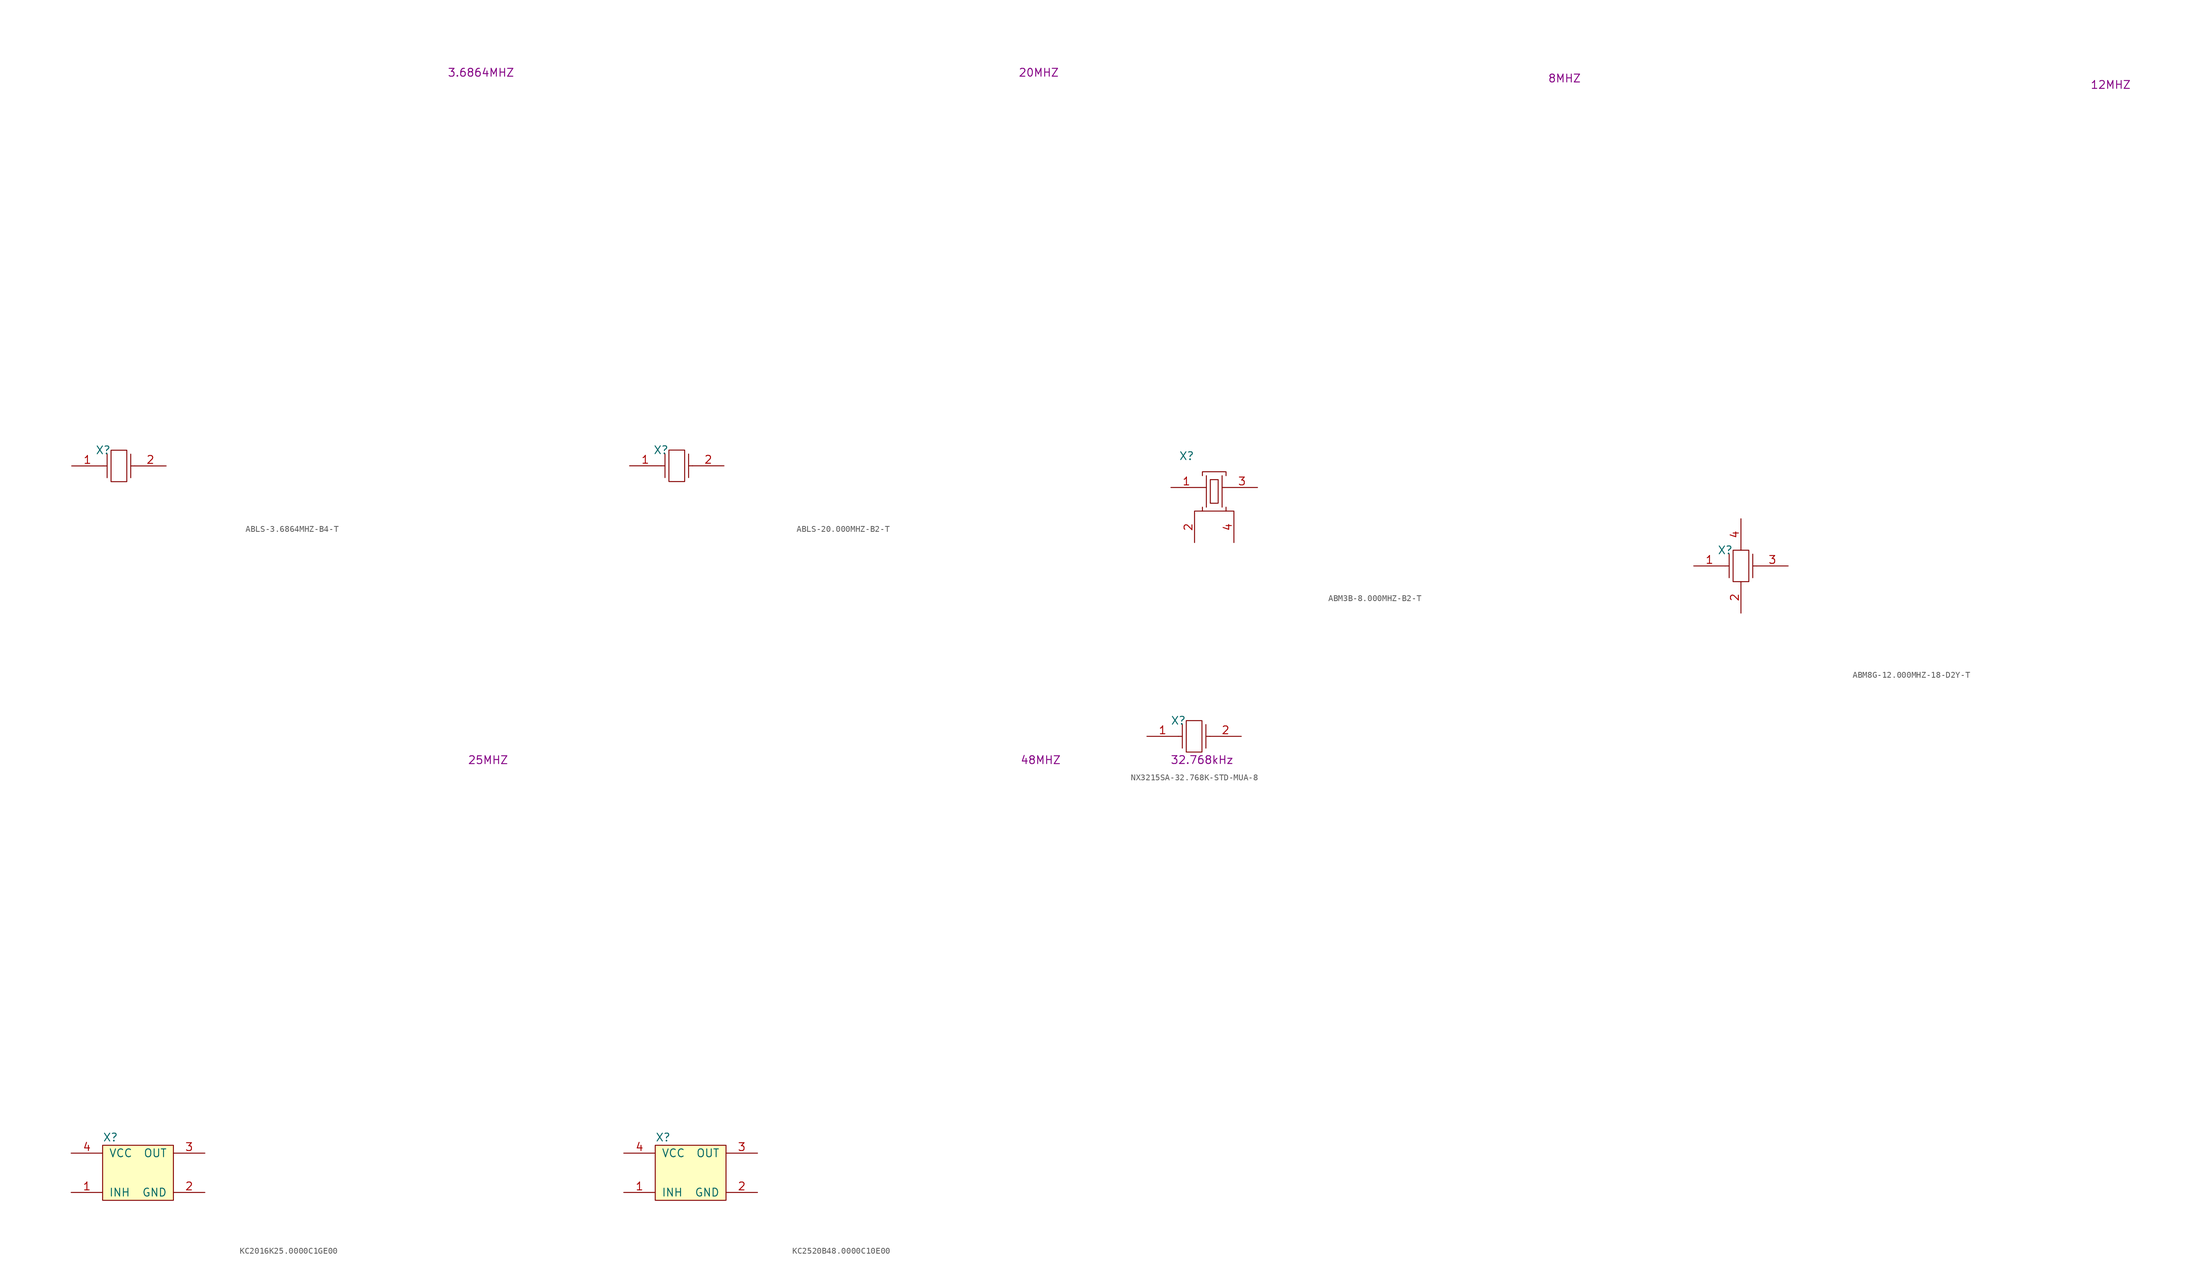
<source format=kicad_sym>
(kicad_symbol_lib
  (version 20231120)
  (generator "kicad_symbol_editor")
  (generator_version "8.0")
  (symbol "ABLS-3.6864MHZ-B4-T"
    (pin_names
      (offset 1.016))
    (property "Reference" "X"
      (at -2.54 2.54 0)
      (effects (font (size 1.27 1.27))))
    (property "_Value_" "3.6864MHZ"
      (at 58.42 63.5 0)
      (effects (font (size 1.27 1.27))))
    (symbol "ABLS-3.6864MHZ-B4-T_1_1"
      (rectangle (start -1.27 2.54) (end 1.27 -2.54) (stroke (width 0) (type default)) (fill (type none)))
      (polyline (pts (xy -1.905 0) (xy -2.54 0)) (stroke (width 0) (type default)) (fill (type none)))
      (polyline (pts (xy -1.905 1.905) (xy -1.905 -1.905)) (stroke (width 0) (type default)) (fill (type none)))
      (polyline (pts (xy 1.905 1.905) (xy 1.905 -1.905)) (stroke (width 0) (type default)) (fill (type none)))
      (polyline (pts (xy 2.54 0) (xy 1.905 0)) (stroke (width 0) (type default)) (fill (type none)))
      (pin passive line (at -7.62 0 0) (length 5.08) (name "~" (effects (font (size 1.27 1.27)))) (number "1" (effects (font (size 1.27 1.27)))))
      (pin passive line (at 7.62 0 180) (length 5.08) (name "~" (effects (font (size 1.27 1.27)))) (number "2" (effects (font (size 1.27 1.27)))))))
  (symbol "ABLS-20.000MHZ-B2-T"
    (pin_names
      (offset 1.016))
    (property "Reference" "X"
      (at -2.54 2.54 0)
      (effects (font (size 1.27 1.27))))
    (property "_Value_" "20MHZ"
      (at 58.42 63.5 0)
      (effects (font (size 1.27 1.27))))
    (symbol "ABLS-20.000MHZ-B2-T_1_1"
      (rectangle (start -1.27 2.54) (end 1.27 -2.54) (stroke (width 0) (type default)) (fill (type none)))
      (polyline (pts (xy -1.905 0) (xy -2.54 0)) (stroke (width 0) (type default)) (fill (type none)))
      (polyline (pts (xy -1.905 1.905) (xy -1.905 -1.905)) (stroke (width 0) (type default)) (fill (type none)))
      (polyline (pts (xy 1.905 1.905) (xy 1.905 -1.905)) (stroke (width 0) (type default)) (fill (type none)))
      (polyline (pts (xy 2.54 0) (xy 1.905 0)) (stroke (width 0) (type default)) (fill (type none)))
      (pin passive line (at -7.62 0 0) (length 5.08) (name "~" (effects (font (size 1.27 1.27)))) (number "1" (effects (font (size 1.27 1.27)))))
      (pin passive line (at 7.62 0 180) (length 5.08) (name "~" (effects (font (size 1.27 1.27)))) (number "2" (effects (font (size 1.27 1.27)))))))
  (symbol "ABM3B-8.000MHZ-B2-T"
    (pin_names
      (offset 1.016))
    (property "Reference" "X"
      (at -2.54 2.54 0)
      (effects (font (size 1.27 1.27))))
    (property "_Value_" "8MHZ"
      (at 58.42 63.5 0)
      (effects (font (size 1.27 1.27))))
    (symbol "ABM3B-8.000MHZ-B2-T_1_1"
      (polyline (pts (xy -1.27 -6.35) (xy 5.08 -6.35)) (stroke (width 0) (type default)) (fill (type none)))
      (polyline (pts (xy 0 -6.35) (xy 0 -5.715)) (stroke (width 0) (type default)) (fill (type none)))
      (polyline (pts (xy 0 -2.54) (xy 0.635 -2.54)) (stroke (width 0) (type default)) (fill (type none)))
      (polyline (pts (xy 0.635 -5.715) (xy 0.635 -0.635)) (stroke (width 0) (type default)) (fill (type none)))
      (polyline (pts (xy 3.175 -0.635) (xy 3.175 -5.715)) (stroke (width 0) (type default)) (fill (type none)))
      (polyline (pts (xy 3.81 -5.715) (xy 3.81 -6.35)) (stroke (width 0) (type default)) (fill (type none)))
      (polyline (pts (xy 3.81 -2.54) (xy 3.175 -2.54)) (stroke (width 0) (type default)) (fill (type none)))
      (polyline (pts (xy 0 -0.635) (xy 0 0) (xy 3.81 0) (xy 3.81 -0.635)) (stroke (width 0) (type default)) (fill (type none)))
      (polyline (pts (xy 1.27 -1.27) (xy 2.54 -1.27) (xy 2.54 -5.08) (xy 1.27 -5.08) (xy 1.27 -1.27)) (stroke (width 0) (type default)) (fill (type none)))
      (pin passive line (at -5.08 -2.54 0) (length 5.004) (name "~" (effects (font (size 1.27 1.27)))) (number "1" (effects (font (size 1.27 1.27)))))
      (pin passive line (at -1.27 -11.43 90) (length 5.004) (name "~" (effects (font (size 1.27 1.27)))) (number "2" (effects (font (size 1.27 1.27)))))
      (pin passive line (at 8.89 -2.54 180) (length 5.004) (name "~" (effects (font (size 1.27 1.27)))) (number "3" (effects (font (size 1.27 1.27)))))
      (pin passive line (at 5.08 -11.43 90) (length 5.004) (name "~" (effects (font (size 1.27 1.27)))) (number "4" (effects (font (size 1.27 1.27)))))))
  (symbol "ABM8G-12.000MHZ-18-D2Y-T"
    (pin_names
      (offset 1.016))
    (property "Reference" "X"
      (at -2.54 2.54 0)
      (effects (font (size 1.27 1.27))))
    (property "_Value_" "12MHZ"
      (at 59.69 77.724 0)
      (effects (font (size 1.27 1.27))))
    (symbol "ABM8G-12.000MHZ-18-D2Y-T_1_1"
      (rectangle (start -1.27 2.54) (end 1.27 -2.54) (stroke (width 0) (type default)) (fill (type none)))
      (polyline (pts (xy -1.905 0) (xy -2.54 0)) (stroke (width 0) (type default)) (fill (type none)))
      (polyline (pts (xy -1.905 1.905) (xy -1.905 -1.905)) (stroke (width 0) (type default)) (fill (type none)))
      (polyline (pts (xy 1.905 1.905) (xy 1.905 -1.905)) (stroke (width 0) (type default)) (fill (type none)))
      (polyline (pts (xy 2.54 0) (xy 1.905 0)) (stroke (width 0) (type default)) (fill (type none)))
      (pin passive line (at -7.62 0 0) (length 5.08) (name "~" (effects (font (size 1.27 1.27)))) (number "1" (effects (font (size 1.27 1.27)))))
      (pin passive line (at 0 -7.62 90) (length 5.08) (name "" (effects (font (size 1.27 1.27)))) (number "2" (effects (font (size 1.27 1.27)))))
      (pin passive line (at 7.62 0 180) (length 5.08) (name "~" (effects (font (size 1.27 1.27)))) (number "3" (effects (font (size 1.27 1.27)))))
      (pin passive line (at 0 7.62 270) (length 5.08) (name "" (effects (font (size 1.27 1.27)))) (number "4" (effects (font (size 1.27 1.27)))))))
  (symbol "KC2016K25.0000C1GE00"
    (pin_names
      (offset 1.016))
    (property "Reference" "X"
      (at -2.54 2.54 0)
      (effects (font (size 1.27 1.27))))
    (property "_Value_" "25MHZ"
      (at 58.42 63.5 0)
      (effects (font (size 1.27 1.27))))
    (symbol "KC2016K25.0000C1GE00_0_1"
      (rectangle (start -3.81 -7.62) (end 7.62 1.27) (stroke (width 0) (type default)) (fill (type background))))
    (symbol "KC2016K25.0000C1GE00_1_1"
      (pin passive line (at -8.89 -6.35 0) (length 5.08) (name "INH" (effects (font (size 1.27 1.27)))) (number "1" (effects (font (size 1.27 1.27)))))
      (pin passive line (at 12.7 -6.35 180) (length 5.08) (name "GND" (effects (font (size 1.27 1.27)))) (number "2" (effects (font (size 1.27 1.27)))))
      (pin passive line (at 12.7 0 180) (length 5.08) (name "OUT" (effects (font (size 1.27 1.27)))) (number "3" (effects (font (size 1.27 1.27)))))
      (pin passive line (at -8.89 0 0) (length 5.08) (name "VCC" (effects (font (size 1.27 1.27)))) (number "4" (effects (font (size 1.27 1.27)))))))
  (symbol "KC2520B48.0000C10E00"
    (pin_names
      (offset 1.016))
    (property "Reference" "X"
      (at -2.54 2.54 0)
      (effects (font (size 1.27 1.27))))
    (property "_Value_" "48MHZ"
      (at 58.42 63.5 0)
      (effects (font (size 1.27 1.27))))
    (symbol "KC2520B48.0000C10E00_0_1"
      (rectangle (start -3.81 -7.62) (end 7.62 1.27) (stroke (width 0) (type default)) (fill (type background))))
    (symbol "KC2520B48.0000C10E00_1_1"
      (pin passive line (at -8.89 -6.35 0) (length 5.08) (name "INH" (effects (font (size 1.27 1.27)))) (number "1" (effects (font (size 1.27 1.27)))))
      (pin passive line (at 12.7 -6.35 180) (length 5.08) (name "GND" (effects (font (size 1.27 1.27)))) (number "2" (effects (font (size 1.27 1.27)))))
      (pin passive line (at 12.7 0 180) (length 5.08) (name "OUT" (effects (font (size 1.27 1.27)))) (number "3" (effects (font (size 1.27 1.27)))))
      (pin passive line (at -8.89 0 0) (length 5.08) (name "VCC" (effects (font (size 1.27 1.27)))) (number "4" (effects (font (size 1.27 1.27)))))))
  (symbol "NX3215SA-32.768K-STD-MUA-8"
    (pin_names
      (offset 1.016))
    (property "Reference" "X"
      (at -2.54 2.54 0)
      (effects (font (size 1.27 1.27))))
    (property "_Value_" "32.768kHz"
      (at 1.27 -3.81 0)
      (effects (font (size 1.27 1.27))))
    (symbol "NX3215SA-32.768K-STD-MUA-8_0_1"
      (rectangle (start -1.27 2.54) (end 1.27 -2.54) (stroke (width 0) (type default)) (fill (type none)))
      (polyline (pts (xy -1.905 0) (xy -2.54 0)) (stroke (width 0) (type default)) (fill (type none)))
      (polyline (pts (xy -1.905 1.905) (xy -1.905 -1.905)) (stroke (width 0) (type default)) (fill (type none)))
      (polyline (pts (xy 1.905 1.905) (xy 1.905 -1.905)) (stroke (width 0) (type default)) (fill (type none)))
      (polyline (pts (xy 2.54 0) (xy 1.905 0)) (stroke (width 0) (type default)) (fill (type none))))
    (symbol "NX3215SA-32.768K-STD-MUA-8_1_1"
      (pin passive line (at -7.62 0 0) (length 5.08) (name "~" (effects (font (size 1.27 1.27)))) (number "1" (effects (font (size 1.27 1.27)))))
      (pin passive line (at 7.62 0 180) (length 5.08) (name "~" (effects (font (size 1.27 1.27)))) (number "2" (effects (font (size 1.27 1.27))))))))
</source>
